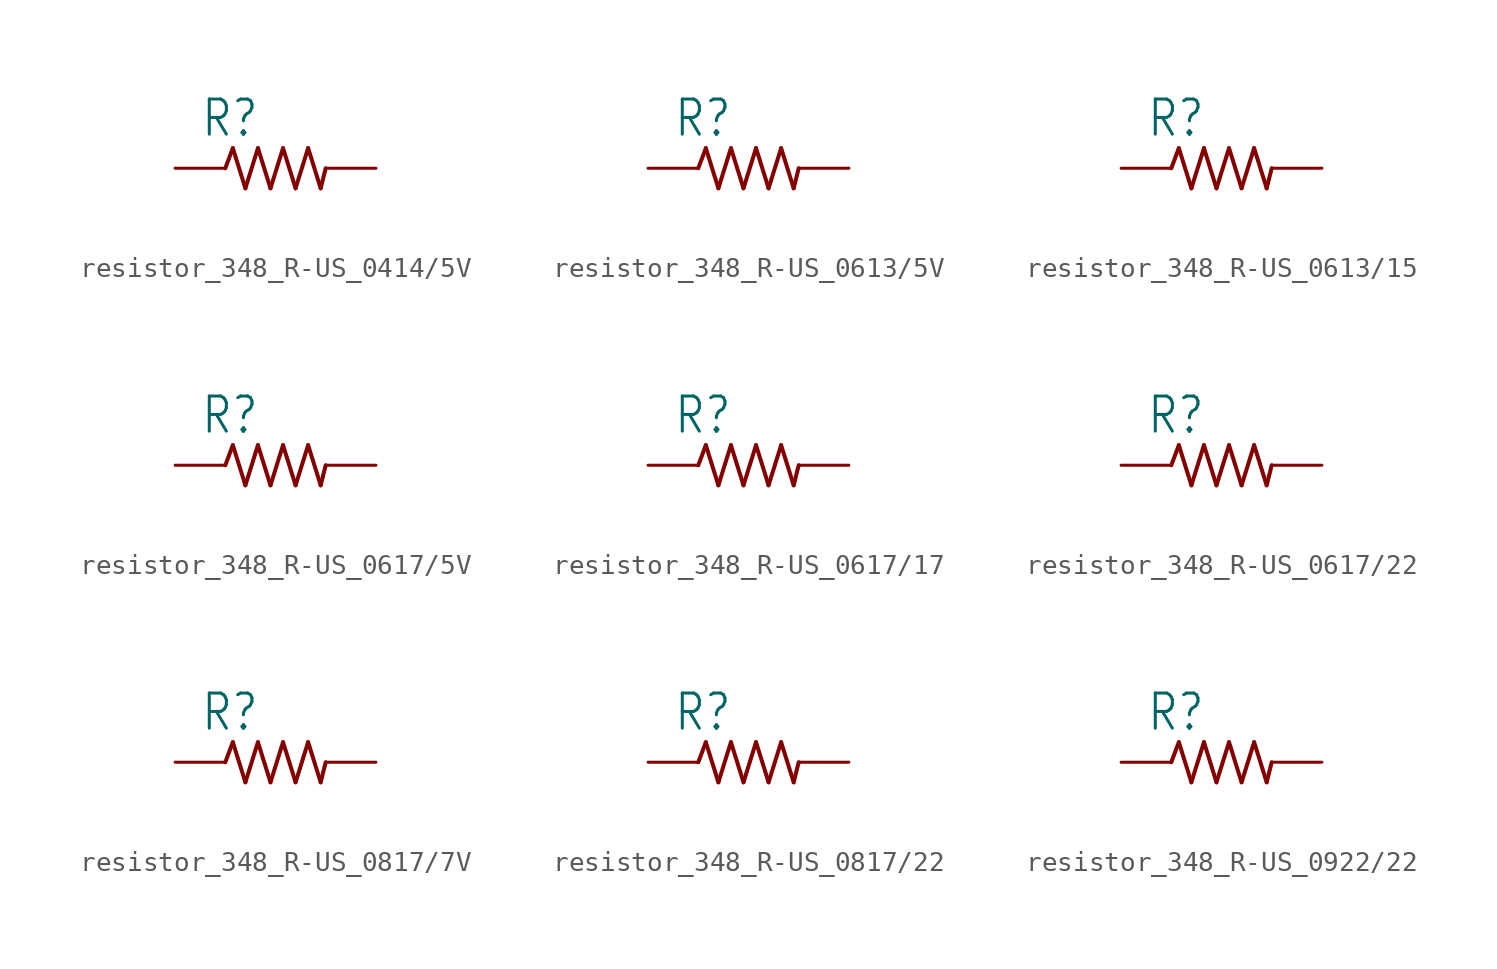
<source format=kicad_sym>
(kicad_symbol_lib
  (version 20241209)
  (generator "kicad_symbol_editor")
  (generator_version "9.0")
  (symbol "resistor_348_R-US_0414/5V"
    (property "Reference" "R"
      (at -3.81 1.499 0)
      (effects (font (size 1.778 1.511)) (justify left bottom)))
    (property "Value" ""
      (at -3.81 -3.302 0)
      (effects (font (size 1.778 1.511)) (justify left bottom)))
    (property "ki_locked" ""
      (at 0 0 0)
      (effects (font (size 1.27 1.27))))
    (symbol "resistor_348_R-US_0414/5V_1_0"
      (polyline (pts (xy -2.54 0) (xy -2.159 1.016)) (stroke (width 0.203) (type solid)) (fill (type none)))
      (polyline (pts (xy -2.159 1.016) (xy -1.524 -1.016)) (stroke (width 0.203) (type solid)) (fill (type none)))
      (polyline (pts (xy -1.524 -1.016) (xy -0.889 1.016)) (stroke (width 0.203) (type solid)) (fill (type none)))
      (polyline (pts (xy -0.889 1.016) (xy -0.254 -1.016)) (stroke (width 0.203) (type solid)) (fill (type none)))
      (polyline (pts (xy -0.254 -1.016) (xy 0.381 1.016)) (stroke (width 0.203) (type solid)) (fill (type none)))
      (polyline (pts (xy 0.381 1.016) (xy 1.016 -1.016)) (stroke (width 0.203) (type solid)) (fill (type none)))
      (polyline (pts (xy 1.016 -1.016) (xy 1.651 1.016)) (stroke (width 0.203) (type solid)) (fill (type none)))
      (polyline (pts (xy 1.651 1.016) (xy 2.286 -1.016)) (stroke (width 0.203) (type solid)) (fill (type none)))
      (polyline (pts (xy 2.286 -1.016) (xy 2.54 0)) (stroke (width 0.203) (type solid)) (fill (type none)))
      (pin passive line (at -5.08 0 0) (length 2.54) (name "1" (effects (font (size 0 0)))) (number "1" (effects (font (size 0 0)))))
      (pin passive line (at 5.08 0 180) (length 2.54) (name "2" (effects (font (size 0 0)))) (number "2" (effects (font (size 0 0)))))))
  (symbol "resistor_348_R-US_0613/5V"
    (property "Reference" "R"
      (at -3.81 1.499 0)
      (effects (font (size 1.778 1.511)) (justify left bottom)))
    (property "Value" ""
      (at -3.81 -3.302 0)
      (effects (font (size 1.778 1.511)) (justify left bottom)))
    (property "ki_locked" ""
      (at 0 0 0)
      (effects (font (size 1.27 1.27))))
    (symbol "resistor_348_R-US_0613/5V_1_0"
      (polyline (pts (xy -2.54 0) (xy -2.159 1.016)) (stroke (width 0.203) (type solid)) (fill (type none)))
      (polyline (pts (xy -2.159 1.016) (xy -1.524 -1.016)) (stroke (width 0.203) (type solid)) (fill (type none)))
      (polyline (pts (xy -1.524 -1.016) (xy -0.889 1.016)) (stroke (width 0.203) (type solid)) (fill (type none)))
      (polyline (pts (xy -0.889 1.016) (xy -0.254 -1.016)) (stroke (width 0.203) (type solid)) (fill (type none)))
      (polyline (pts (xy -0.254 -1.016) (xy 0.381 1.016)) (stroke (width 0.203) (type solid)) (fill (type none)))
      (polyline (pts (xy 0.381 1.016) (xy 1.016 -1.016)) (stroke (width 0.203) (type solid)) (fill (type none)))
      (polyline (pts (xy 1.016 -1.016) (xy 1.651 1.016)) (stroke (width 0.203) (type solid)) (fill (type none)))
      (polyline (pts (xy 1.651 1.016) (xy 2.286 -1.016)) (stroke (width 0.203) (type solid)) (fill (type none)))
      (polyline (pts (xy 2.286 -1.016) (xy 2.54 0)) (stroke (width 0.203) (type solid)) (fill (type none)))
      (pin passive line (at -5.08 0 0) (length 2.54) (name "1" (effects (font (size 0 0)))) (number "1" (effects (font (size 0 0)))))
      (pin passive line (at 5.08 0 180) (length 2.54) (name "2" (effects (font (size 0 0)))) (number "2" (effects (font (size 0 0)))))))
  (symbol "resistor_348_R-US_0613/15"
    (property "Reference" "R"
      (at -3.81 1.499 0)
      (effects (font (size 1.778 1.511)) (justify left bottom)))
    (property "Value" ""
      (at -3.81 -3.302 0)
      (effects (font (size 1.778 1.511)) (justify left bottom)))
    (property "ki_locked" ""
      (at 0 0 0)
      (effects (font (size 1.27 1.27))))
    (symbol "resistor_348_R-US_0613/15_1_0"
      (polyline (pts (xy -2.54 0) (xy -2.159 1.016)) (stroke (width 0.203) (type solid)) (fill (type none)))
      (polyline (pts (xy -2.159 1.016) (xy -1.524 -1.016)) (stroke (width 0.203) (type solid)) (fill (type none)))
      (polyline (pts (xy -1.524 -1.016) (xy -0.889 1.016)) (stroke (width 0.203) (type solid)) (fill (type none)))
      (polyline (pts (xy -0.889 1.016) (xy -0.254 -1.016)) (stroke (width 0.203) (type solid)) (fill (type none)))
      (polyline (pts (xy -0.254 -1.016) (xy 0.381 1.016)) (stroke (width 0.203) (type solid)) (fill (type none)))
      (polyline (pts (xy 0.381 1.016) (xy 1.016 -1.016)) (stroke (width 0.203) (type solid)) (fill (type none)))
      (polyline (pts (xy 1.016 -1.016) (xy 1.651 1.016)) (stroke (width 0.203) (type solid)) (fill (type none)))
      (polyline (pts (xy 1.651 1.016) (xy 2.286 -1.016)) (stroke (width 0.203) (type solid)) (fill (type none)))
      (polyline (pts (xy 2.286 -1.016) (xy 2.54 0)) (stroke (width 0.203) (type solid)) (fill (type none)))
      (pin passive line (at -5.08 0 0) (length 2.54) (name "1" (effects (font (size 0 0)))) (number "1" (effects (font (size 0 0)))))
      (pin passive line (at 5.08 0 180) (length 2.54) (name "2" (effects (font (size 0 0)))) (number "2" (effects (font (size 0 0)))))))
  (symbol "resistor_348_R-US_0617/5V"
    (property "Reference" "R"
      (at -3.81 1.499 0)
      (effects (font (size 1.778 1.511)) (justify left bottom)))
    (property "Value" ""
      (at -3.81 -3.302 0)
      (effects (font (size 1.778 1.511)) (justify left bottom)))
    (property "ki_locked" ""
      (at 0 0 0)
      (effects (font (size 1.27 1.27))))
    (symbol "resistor_348_R-US_0617/5V_1_0"
      (polyline (pts (xy -2.54 0) (xy -2.159 1.016)) (stroke (width 0.203) (type solid)) (fill (type none)))
      (polyline (pts (xy -2.159 1.016) (xy -1.524 -1.016)) (stroke (width 0.203) (type solid)) (fill (type none)))
      (polyline (pts (xy -1.524 -1.016) (xy -0.889 1.016)) (stroke (width 0.203) (type solid)) (fill (type none)))
      (polyline (pts (xy -0.889 1.016) (xy -0.254 -1.016)) (stroke (width 0.203) (type solid)) (fill (type none)))
      (polyline (pts (xy -0.254 -1.016) (xy 0.381 1.016)) (stroke (width 0.203) (type solid)) (fill (type none)))
      (polyline (pts (xy 0.381 1.016) (xy 1.016 -1.016)) (stroke (width 0.203) (type solid)) (fill (type none)))
      (polyline (pts (xy 1.016 -1.016) (xy 1.651 1.016)) (stroke (width 0.203) (type solid)) (fill (type none)))
      (polyline (pts (xy 1.651 1.016) (xy 2.286 -1.016)) (stroke (width 0.203) (type solid)) (fill (type none)))
      (polyline (pts (xy 2.286 -1.016) (xy 2.54 0)) (stroke (width 0.203) (type solid)) (fill (type none)))
      (pin passive line (at -5.08 0 0) (length 2.54) (name "1" (effects (font (size 0 0)))) (number "1" (effects (font (size 0 0)))))
      (pin passive line (at 5.08 0 180) (length 2.54) (name "2" (effects (font (size 0 0)))) (number "2" (effects (font (size 0 0)))))))
  (symbol "resistor_348_R-US_0617/17"
    (property "Reference" "R"
      (at -3.81 1.499 0)
      (effects (font (size 1.778 1.511)) (justify left bottom)))
    (property "Value" ""
      (at -3.81 -3.302 0)
      (effects (font (size 1.778 1.511)) (justify left bottom)))
    (property "ki_locked" ""
      (at 0 0 0)
      (effects (font (size 1.27 1.27))))
    (symbol "resistor_348_R-US_0617/17_1_0"
      (polyline (pts (xy -2.54 0) (xy -2.159 1.016)) (stroke (width 0.203) (type solid)) (fill (type none)))
      (polyline (pts (xy -2.159 1.016) (xy -1.524 -1.016)) (stroke (width 0.203) (type solid)) (fill (type none)))
      (polyline (pts (xy -1.524 -1.016) (xy -0.889 1.016)) (stroke (width 0.203) (type solid)) (fill (type none)))
      (polyline (pts (xy -0.889 1.016) (xy -0.254 -1.016)) (stroke (width 0.203) (type solid)) (fill (type none)))
      (polyline (pts (xy -0.254 -1.016) (xy 0.381 1.016)) (stroke (width 0.203) (type solid)) (fill (type none)))
      (polyline (pts (xy 0.381 1.016) (xy 1.016 -1.016)) (stroke (width 0.203) (type solid)) (fill (type none)))
      (polyline (pts (xy 1.016 -1.016) (xy 1.651 1.016)) (stroke (width 0.203) (type solid)) (fill (type none)))
      (polyline (pts (xy 1.651 1.016) (xy 2.286 -1.016)) (stroke (width 0.203) (type solid)) (fill (type none)))
      (polyline (pts (xy 2.286 -1.016) (xy 2.54 0)) (stroke (width 0.203) (type solid)) (fill (type none)))
      (pin passive line (at -5.08 0 0) (length 2.54) (name "1" (effects (font (size 0 0)))) (number "1" (effects (font (size 0 0)))))
      (pin passive line (at 5.08 0 180) (length 2.54) (name "2" (effects (font (size 0 0)))) (number "2" (effects (font (size 0 0)))))))
  (symbol "resistor_348_R-US_0617/22"
    (property "Reference" "R"
      (at -3.81 1.499 0)
      (effects (font (size 1.778 1.511)) (justify left bottom)))
    (property "Value" ""
      (at -3.81 -3.302 0)
      (effects (font (size 1.778 1.511)) (justify left bottom)))
    (property "ki_locked" ""
      (at 0 0 0)
      (effects (font (size 1.27 1.27))))
    (symbol "resistor_348_R-US_0617/22_1_0"
      (polyline (pts (xy -2.54 0) (xy -2.159 1.016)) (stroke (width 0.203) (type solid)) (fill (type none)))
      (polyline (pts (xy -2.159 1.016) (xy -1.524 -1.016)) (stroke (width 0.203) (type solid)) (fill (type none)))
      (polyline (pts (xy -1.524 -1.016) (xy -0.889 1.016)) (stroke (width 0.203) (type solid)) (fill (type none)))
      (polyline (pts (xy -0.889 1.016) (xy -0.254 -1.016)) (stroke (width 0.203) (type solid)) (fill (type none)))
      (polyline (pts (xy -0.254 -1.016) (xy 0.381 1.016)) (stroke (width 0.203) (type solid)) (fill (type none)))
      (polyline (pts (xy 0.381 1.016) (xy 1.016 -1.016)) (stroke (width 0.203) (type solid)) (fill (type none)))
      (polyline (pts (xy 1.016 -1.016) (xy 1.651 1.016)) (stroke (width 0.203) (type solid)) (fill (type none)))
      (polyline (pts (xy 1.651 1.016) (xy 2.286 -1.016)) (stroke (width 0.203) (type solid)) (fill (type none)))
      (polyline (pts (xy 2.286 -1.016) (xy 2.54 0)) (stroke (width 0.203) (type solid)) (fill (type none)))
      (pin passive line (at -5.08 0 0) (length 2.54) (name "1" (effects (font (size 0 0)))) (number "1" (effects (font (size 0 0)))))
      (pin passive line (at 5.08 0 180) (length 2.54) (name "2" (effects (font (size 0 0)))) (number "2" (effects (font (size 0 0)))))))
  (symbol "resistor_348_R-US_0817/7V"
    (property "Reference" "R"
      (at -3.81 1.499 0)
      (effects (font (size 1.778 1.511)) (justify left bottom)))
    (property "Value" ""
      (at -3.81 -3.302 0)
      (effects (font (size 1.778 1.511)) (justify left bottom)))
    (property "ki_locked" ""
      (at 0 0 0)
      (effects (font (size 1.27 1.27))))
    (symbol "resistor_348_R-US_0817/7V_1_0"
      (polyline (pts (xy -2.54 0) (xy -2.159 1.016)) (stroke (width 0.203) (type solid)) (fill (type none)))
      (polyline (pts (xy -2.159 1.016) (xy -1.524 -1.016)) (stroke (width 0.203) (type solid)) (fill (type none)))
      (polyline (pts (xy -1.524 -1.016) (xy -0.889 1.016)) (stroke (width 0.203) (type solid)) (fill (type none)))
      (polyline (pts (xy -0.889 1.016) (xy -0.254 -1.016)) (stroke (width 0.203) (type solid)) (fill (type none)))
      (polyline (pts (xy -0.254 -1.016) (xy 0.381 1.016)) (stroke (width 0.203) (type solid)) (fill (type none)))
      (polyline (pts (xy 0.381 1.016) (xy 1.016 -1.016)) (stroke (width 0.203) (type solid)) (fill (type none)))
      (polyline (pts (xy 1.016 -1.016) (xy 1.651 1.016)) (stroke (width 0.203) (type solid)) (fill (type none)))
      (polyline (pts (xy 1.651 1.016) (xy 2.286 -1.016)) (stroke (width 0.203) (type solid)) (fill (type none)))
      (polyline (pts (xy 2.286 -1.016) (xy 2.54 0)) (stroke (width 0.203) (type solid)) (fill (type none)))
      (pin passive line (at -5.08 0 0) (length 2.54) (name "1" (effects (font (size 0 0)))) (number "1" (effects (font (size 0 0)))))
      (pin passive line (at 5.08 0 180) (length 2.54) (name "2" (effects (font (size 0 0)))) (number "2" (effects (font (size 0 0)))))))
  (symbol "resistor_348_R-US_0817/22"
    (property "Reference" "R"
      (at -3.81 1.499 0)
      (effects (font (size 1.778 1.511)) (justify left bottom)))
    (property "Value" ""
      (at -3.81 -3.302 0)
      (effects (font (size 1.778 1.511)) (justify left bottom)))
    (property "ki_locked" ""
      (at 0 0 0)
      (effects (font (size 1.27 1.27))))
    (symbol "resistor_348_R-US_0817/22_1_0"
      (polyline (pts (xy -2.54 0) (xy -2.159 1.016)) (stroke (width 0.203) (type solid)) (fill (type none)))
      (polyline (pts (xy -2.159 1.016) (xy -1.524 -1.016)) (stroke (width 0.203) (type solid)) (fill (type none)))
      (polyline (pts (xy -1.524 -1.016) (xy -0.889 1.016)) (stroke (width 0.203) (type solid)) (fill (type none)))
      (polyline (pts (xy -0.889 1.016) (xy -0.254 -1.016)) (stroke (width 0.203) (type solid)) (fill (type none)))
      (polyline (pts (xy -0.254 -1.016) (xy 0.381 1.016)) (stroke (width 0.203) (type solid)) (fill (type none)))
      (polyline (pts (xy 0.381 1.016) (xy 1.016 -1.016)) (stroke (width 0.203) (type solid)) (fill (type none)))
      (polyline (pts (xy 1.016 -1.016) (xy 1.651 1.016)) (stroke (width 0.203) (type solid)) (fill (type none)))
      (polyline (pts (xy 1.651 1.016) (xy 2.286 -1.016)) (stroke (width 0.203) (type solid)) (fill (type none)))
      (polyline (pts (xy 2.286 -1.016) (xy 2.54 0)) (stroke (width 0.203) (type solid)) (fill (type none)))
      (pin passive line (at -5.08 0 0) (length 2.54) (name "1" (effects (font (size 0 0)))) (number "1" (effects (font (size 0 0)))))
      (pin passive line (at 5.08 0 180) (length 2.54) (name "2" (effects (font (size 0 0)))) (number "2" (effects (font (size 0 0)))))))
  (symbol "resistor_348_R-US_0922/22"
    (property "Reference" "R"
      (at -3.81 1.499 0)
      (effects (font (size 1.778 1.511)) (justify left bottom)))
    (property "Value" ""
      (at -3.81 -3.302 0)
      (effects (font (size 1.778 1.511)) (justify left bottom)))
    (property "ki_locked" ""
      (at 0 0 0)
      (effects (font (size 1.27 1.27))))
    (symbol "resistor_348_R-US_0922/22_1_0"
      (polyline (pts (xy -2.54 0) (xy -2.159 1.016)) (stroke (width 0.203) (type solid)) (fill (type none)))
      (polyline (pts (xy -2.159 1.016) (xy -1.524 -1.016)) (stroke (width 0.203) (type solid)) (fill (type none)))
      (polyline (pts (xy -1.524 -1.016) (xy -0.889 1.016)) (stroke (width 0.203) (type solid)) (fill (type none)))
      (polyline (pts (xy -0.889 1.016) (xy -0.254 -1.016)) (stroke (width 0.203) (type solid)) (fill (type none)))
      (polyline (pts (xy -0.254 -1.016) (xy 0.381 1.016)) (stroke (width 0.203) (type solid)) (fill (type none)))
      (polyline (pts (xy 0.381 1.016) (xy 1.016 -1.016)) (stroke (width 0.203) (type solid)) (fill (type none)))
      (polyline (pts (xy 1.016 -1.016) (xy 1.651 1.016)) (stroke (width 0.203) (type solid)) (fill (type none)))
      (polyline (pts (xy 1.651 1.016) (xy 2.286 -1.016)) (stroke (width 0.203) (type solid)) (fill (type none)))
      (polyline (pts (xy 2.286 -1.016) (xy 2.54 0)) (stroke (width 0.203) (type solid)) (fill (type none)))
      (pin passive line (at -5.08 0 0) (length 2.54) (name "1" (effects (font (size 0 0)))) (number "1" (effects (font (size 0 0)))))
      (pin passive line (at 5.08 0 180) (length 2.54) (name "2" (effects (font (size 0 0)))) (number "2" (effects (font (size 0 0))))))))
</source>
